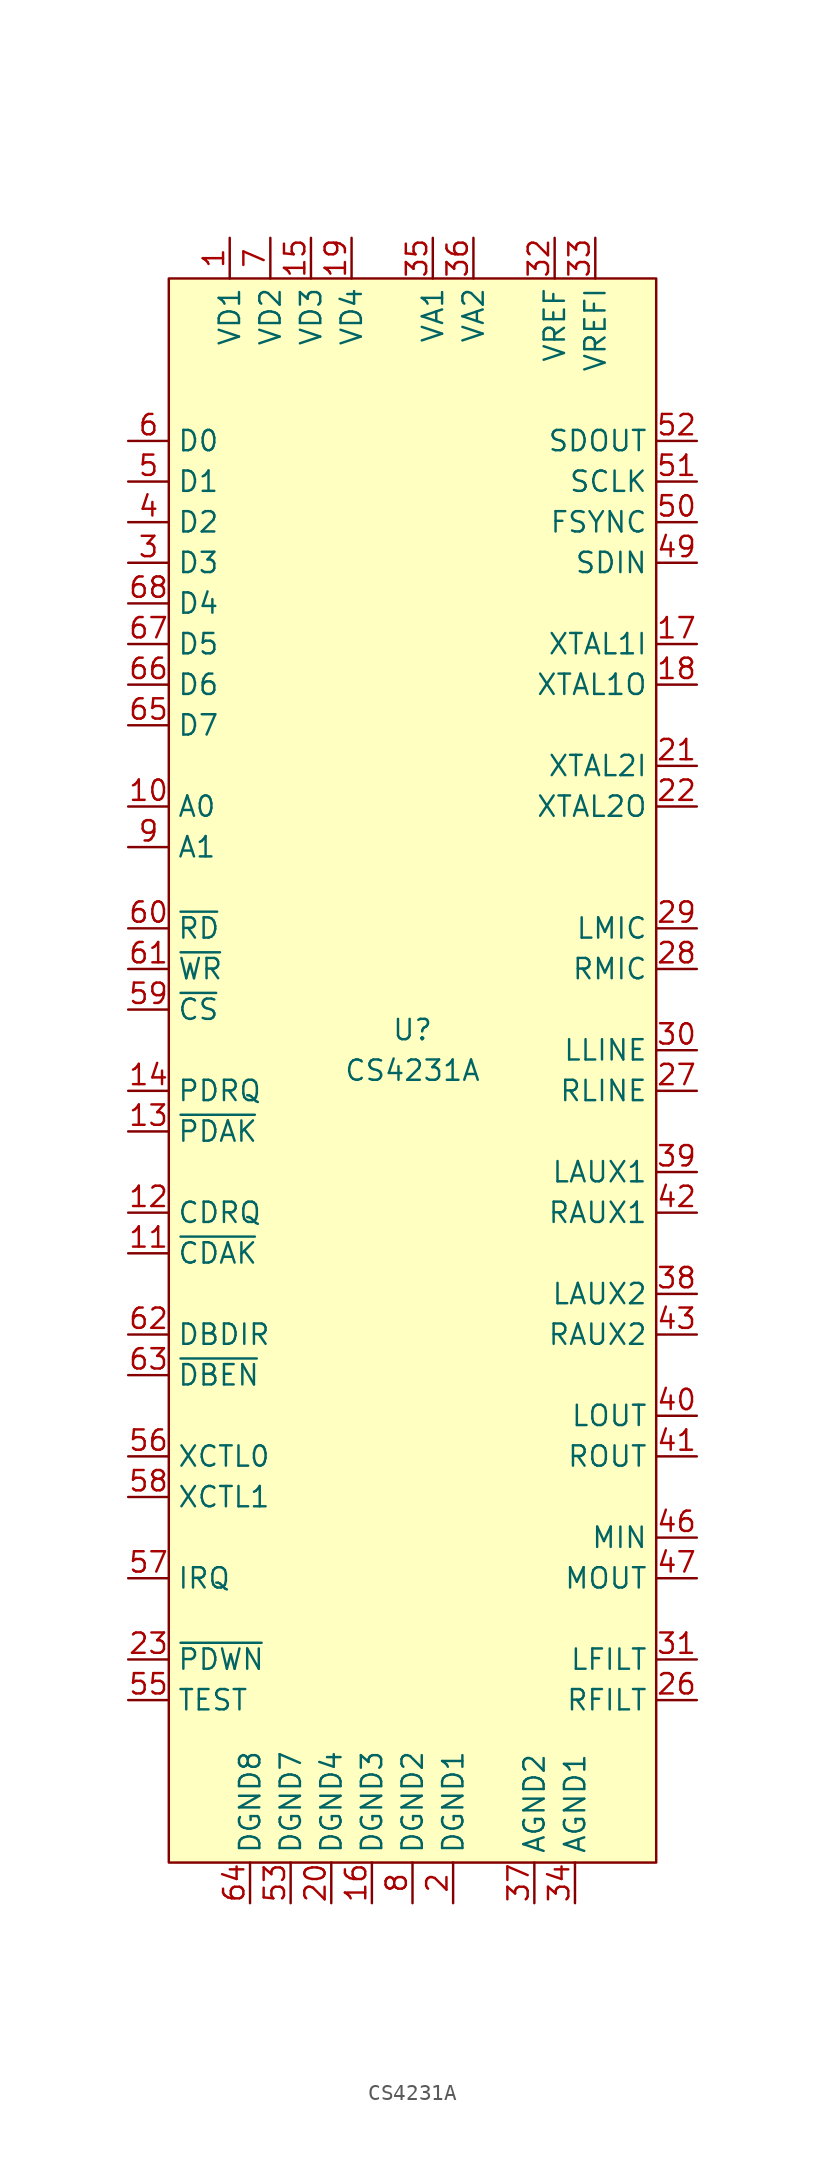
<source format=kicad_sym>
(kicad_symbol_lib
  (version 20220914)
  (generator kicad_symbol_editor)
  (symbol "CS4231A"
    (property "Reference" "U"
      (at 0 1.27 0)
      (effects (font (size 1.27 1.27))))
    (property "Value" "CS4231A"
      (at 0 -1.27 0)
      (effects (font (size 1.27 1.27))))
    (symbol "CS4231A_1_1"
      (rectangle (start -15.24 48.26) (end 15.24 -50.8) (stroke (width 0) (type default)) (fill (type background)))
      (pin power_in line (at -11.43 50.8 270) (length 2.54) (name "VD1" (effects (font (size 1.27 1.27)))) (number "1" (effects (font (size 1.27 1.27)))))
      (pin input line (at -17.78 15.24 0) (length 2.54) (name "A0" (effects (font (size 1.27 1.27)))) (number "10" (effects (font (size 1.27 1.27)))))
      (pin input line (at -17.78 -12.7 0) (length 2.54) (name "~{CDAK}" (effects (font (size 1.27 1.27)))) (number "11" (effects (font (size 1.27 1.27)))))
      (pin output line (at -17.78 -10.16 0) (length 2.54) (name "CDRQ" (effects (font (size 1.27 1.27)))) (number "12" (effects (font (size 1.27 1.27)))))
      (pin input line (at -17.78 -5.08 0) (length 2.54) (name "~{PDAK}" (effects (font (size 1.27 1.27)))) (number "13" (effects (font (size 1.27 1.27)))))
      (pin output line (at -17.78 -2.54 0) (length 2.54) (name "PDRQ" (effects (font (size 1.27 1.27)))) (number "14" (effects (font (size 1.27 1.27)))))
      (pin power_in line (at -6.35 50.8 270) (length 2.54) (name "VD3" (effects (font (size 1.27 1.27)))) (number "15" (effects (font (size 1.27 1.27)))))
      (pin power_in line (at -2.54 -53.34 90) (length 2.54) (name "DGND3" (effects (font (size 1.27 1.27)))) (number "16" (effects (font (size 1.27 1.27)))))
      (pin input line (at 17.78 25.4 180) (length 2.54) (name "XTAL1I" (effects (font (size 1.27 1.27)))) (number "17" (effects (font (size 1.27 1.27)))))
      (pin output line (at 17.78 22.86 180) (length 2.54) (name "XTAL1O" (effects (font (size 1.27 1.27)))) (number "18" (effects (font (size 1.27 1.27)))))
      (pin power_in line (at -3.81 50.8 270) (length 2.54) (name "VD4" (effects (font (size 1.27 1.27)))) (number "19" (effects (font (size 1.27 1.27)))))
      (pin power_in line (at 2.54 -53.34 90) (length 2.54) (name "DGND1" (effects (font (size 1.27 1.27)))) (number "2" (effects (font (size 1.27 1.27)))))
      (pin power_in line (at -5.08 -53.34 90) (length 2.54) (name "DGND4" (effects (font (size 1.27 1.27)))) (number "20" (effects (font (size 1.27 1.27)))))
      (pin input line (at 17.78 17.78 180) (length 2.54) (name "XTAL2I" (effects (font (size 1.27 1.27)))) (number "21" (effects (font (size 1.27 1.27)))))
      (pin output line (at 17.78 15.24 180) (length 2.54) (name "XTAL2O" (effects (font (size 1.27 1.27)))) (number "22" (effects (font (size 1.27 1.27)))))
      (pin input line (at -17.78 -38.1 0) (length 2.54) (name "~{PDWN}" (effects (font (size 1.27 1.27)))) (number "23" (effects (font (size 1.27 1.27)))))
      (pin no_connect line (at 17.78 -45.72 180) (length 2.54) hide (name "NC" (effects (font (size 1.27 1.27)))) (number "24" (effects (font (size 1.27 1.27)))))
      (pin no_connect line (at 17.78 -45.72 180) (length 2.54) hide (name "NC" (effects (font (size 1.27 1.27)))) (number "25" (effects (font (size 1.27 1.27)))))
      (pin power_in line (at 17.78 -40.64 180) (length 2.54) (name "RFILT" (effects (font (size 1.27 1.27)))) (number "26" (effects (font (size 1.27 1.27)))))
      (pin input line (at 17.78 -2.54 180) (length 2.54) (name "RLINE" (effects (font (size 1.27 1.27)))) (number "27" (effects (font (size 1.27 1.27)))))
      (pin input line (at 17.78 5.08 180) (length 2.54) (name "RMIC" (effects (font (size 1.27 1.27)))) (number "28" (effects (font (size 1.27 1.27)))))
      (pin input line (at 17.78 7.62 180) (length 2.54) (name "LMIC" (effects (font (size 1.27 1.27)))) (number "29" (effects (font (size 1.27 1.27)))))
      (pin bidirectional line (at -17.78 30.48 0) (length 2.54) (name "D3" (effects (font (size 1.27 1.27)))) (number "3" (effects (font (size 1.27 1.27)))))
      (pin input line (at 17.78 0 180) (length 2.54) (name "LLINE" (effects (font (size 1.27 1.27)))) (number "30" (effects (font (size 1.27 1.27)))))
      (pin power_in line (at 17.78 -38.1 180) (length 2.54) (name "LFILT" (effects (font (size 1.27 1.27)))) (number "31" (effects (font (size 1.27 1.27)))))
      (pin power_out line (at 8.89 50.8 270) (length 2.54) (name "VREF" (effects (font (size 1.27 1.27)))) (number "32" (effects (font (size 1.27 1.27)))))
      (pin power_in line (at 11.43 50.8 270) (length 2.54) (name "VREFI" (effects (font (size 1.27 1.27)))) (number "33" (effects (font (size 1.27 1.27)))))
      (pin power_in line (at 10.16 -53.34 90) (length 2.54) (name "AGND1" (effects (font (size 1.27 1.27)))) (number "34" (effects (font (size 1.27 1.27)))))
      (pin power_in line (at 1.27 50.8 270) (length 2.54) (name "VA1" (effects (font (size 1.27 1.27)))) (number "35" (effects (font (size 1.27 1.27)))))
      (pin power_in line (at 3.81 50.8 270) (length 2.54) (name "VA2" (effects (font (size 1.27 1.27)))) (number "36" (effects (font (size 1.27 1.27)))))
      (pin power_in line (at 7.62 -53.34 90) (length 2.54) (name "AGND2" (effects (font (size 1.27 1.27)))) (number "37" (effects (font (size 1.27 1.27)))))
      (pin input line (at 17.78 -15.24 180) (length 2.54) (name "LAUX2" (effects (font (size 1.27 1.27)))) (number "38" (effects (font (size 1.27 1.27)))))
      (pin input line (at 17.78 -7.62 180) (length 2.54) (name "LAUX1" (effects (font (size 1.27 1.27)))) (number "39" (effects (font (size 1.27 1.27)))))
      (pin bidirectional line (at -17.78 33.02 0) (length 2.54) (name "D2" (effects (font (size 1.27 1.27)))) (number "4" (effects (font (size 1.27 1.27)))))
      (pin output line (at 17.78 -22.86 180) (length 2.54) (name "LOUT" (effects (font (size 1.27 1.27)))) (number "40" (effects (font (size 1.27 1.27)))))
      (pin output line (at 17.78 -25.4 180) (length 2.54) (name "ROUT" (effects (font (size 1.27 1.27)))) (number "41" (effects (font (size 1.27 1.27)))))
      (pin input line (at 17.78 -10.16 180) (length 2.54) (name "RAUX1" (effects (font (size 1.27 1.27)))) (number "42" (effects (font (size 1.27 1.27)))))
      (pin input line (at 17.78 -17.78 180) (length 2.54) (name "RAUX2" (effects (font (size 1.27 1.27)))) (number "43" (effects (font (size 1.27 1.27)))))
      (pin no_connect line (at 17.78 -45.72 180) (length 2.54) hide (name "NC" (effects (font (size 1.27 1.27)))) (number "44" (effects (font (size 1.27 1.27)))))
      (pin no_connect line (at 17.78 -45.72 180) (length 2.54) hide (name "NC" (effects (font (size 1.27 1.27)))) (number "45" (effects (font (size 1.27 1.27)))))
      (pin input line (at 17.78 -30.48 180) (length 2.54) (name "MIN" (effects (font (size 1.27 1.27)))) (number "46" (effects (font (size 1.27 1.27)))))
      (pin output line (at 17.78 -33.02 180) (length 2.54) (name "MOUT" (effects (font (size 1.27 1.27)))) (number "47" (effects (font (size 1.27 1.27)))))
      (pin no_connect line (at 17.78 -45.72 180) (length 2.54) hide (name "NC" (effects (font (size 1.27 1.27)))) (number "48" (effects (font (size 1.27 1.27)))))
      (pin input line (at 17.78 30.48 180) (length 2.54) (name "SDIN" (effects (font (size 1.27 1.27)))) (number "49" (effects (font (size 1.27 1.27)))))
      (pin bidirectional line (at -17.78 35.56 0) (length 2.54) (name "D1" (effects (font (size 1.27 1.27)))) (number "5" (effects (font (size 1.27 1.27)))))
      (pin output line (at 17.78 33.02 180) (length 2.54) (name "FSYNC" (effects (font (size 1.27 1.27)))) (number "50" (effects (font (size 1.27 1.27)))))
      (pin output line (at 17.78 35.56 180) (length 2.54) (name "SCLK" (effects (font (size 1.27 1.27)))) (number "51" (effects (font (size 1.27 1.27)))))
      (pin output line (at 17.78 38.1 180) (length 2.54) (name "SDOUT" (effects (font (size 1.27 1.27)))) (number "52" (effects (font (size 1.27 1.27)))))
      (pin power_in line (at -7.62 -53.34 90) (length 2.54) (name "DGND7" (effects (font (size 1.27 1.27)))) (number "53" (effects (font (size 1.27 1.27)))))
      (pin no_connect line (at 17.78 -45.72 180) (length 2.54) hide (name "NC" (effects (font (size 1.27 1.27)))) (number "54" (effects (font (size 1.27 1.27)))))
      (pin input line (at -17.78 -40.64 0) (length 2.54) (name "TEST" (effects (font (size 1.27 1.27)))) (number "55" (effects (font (size 1.27 1.27)))))
      (pin output line (at -17.78 -25.4 0) (length 2.54) (name "XCTL0" (effects (font (size 1.27 1.27)))) (number "56" (effects (font (size 1.27 1.27)))))
      (pin output line (at -17.78 -33.02 0) (length 2.54) (name "IRQ" (effects (font (size 1.27 1.27)))) (number "57" (effects (font (size 1.27 1.27)))))
      (pin output line (at -17.78 -27.94 0) (length 2.54) (name "XCTL1" (effects (font (size 1.27 1.27)))) (number "58" (effects (font (size 1.27 1.27)))))
      (pin input line (at -17.78 2.54 0) (length 2.54) (name "~{CS}" (effects (font (size 1.27 1.27)))) (number "59" (effects (font (size 1.27 1.27)))))
      (pin bidirectional line (at -17.78 38.1 0) (length 2.54) (name "D0" (effects (font (size 1.27 1.27)))) (number "6" (effects (font (size 1.27 1.27)))))
      (pin input line (at -17.78 7.62 0) (length 2.54) (name "~{RD}" (effects (font (size 1.27 1.27)))) (number "60" (effects (font (size 1.27 1.27)))))
      (pin input line (at -17.78 5.08 0) (length 2.54) (name "~{WR}" (effects (font (size 1.27 1.27)))) (number "61" (effects (font (size 1.27 1.27)))))
      (pin output line (at -17.78 -17.78 0) (length 2.54) (name "DBDIR" (effects (font (size 1.27 1.27)))) (number "62" (effects (font (size 1.27 1.27)))))
      (pin output line (at -17.78 -20.32 0) (length 2.54) (name "~{DBEN}" (effects (font (size 1.27 1.27)))) (number "63" (effects (font (size 1.27 1.27)))))
      (pin power_in line (at -10.16 -53.34 90) (length 2.54) (name "DGND8" (effects (font (size 1.27 1.27)))) (number "64" (effects (font (size 1.27 1.27)))))
      (pin bidirectional line (at -17.78 20.32 0) (length 2.54) (name "D7" (effects (font (size 1.27 1.27)))) (number "65" (effects (font (size 1.27 1.27)))))
      (pin bidirectional line (at -17.78 22.86 0) (length 2.54) (name "D6" (effects (font (size 1.27 1.27)))) (number "66" (effects (font (size 1.27 1.27)))))
      (pin bidirectional line (at -17.78 25.4 0) (length 2.54) (name "D5" (effects (font (size 1.27 1.27)))) (number "67" (effects (font (size 1.27 1.27)))))
      (pin bidirectional line (at -17.78 27.94 0) (length 2.54) (name "D4" (effects (font (size 1.27 1.27)))) (number "68" (effects (font (size 1.27 1.27)))))
      (pin power_in line (at -8.89 50.8 270) (length 2.54) (name "VD2" (effects (font (size 1.27 1.27)))) (number "7" (effects (font (size 1.27 1.27)))))
      (pin power_in line (at 0 -53.34 90) (length 2.54) (name "DGND2" (effects (font (size 1.27 1.27)))) (number "8" (effects (font (size 1.27 1.27)))))
      (pin input line (at -17.78 12.7 0) (length 2.54) (name "A1" (effects (font (size 1.27 1.27)))) (number "9" (effects (font (size 1.27 1.27))))))))
</source>
